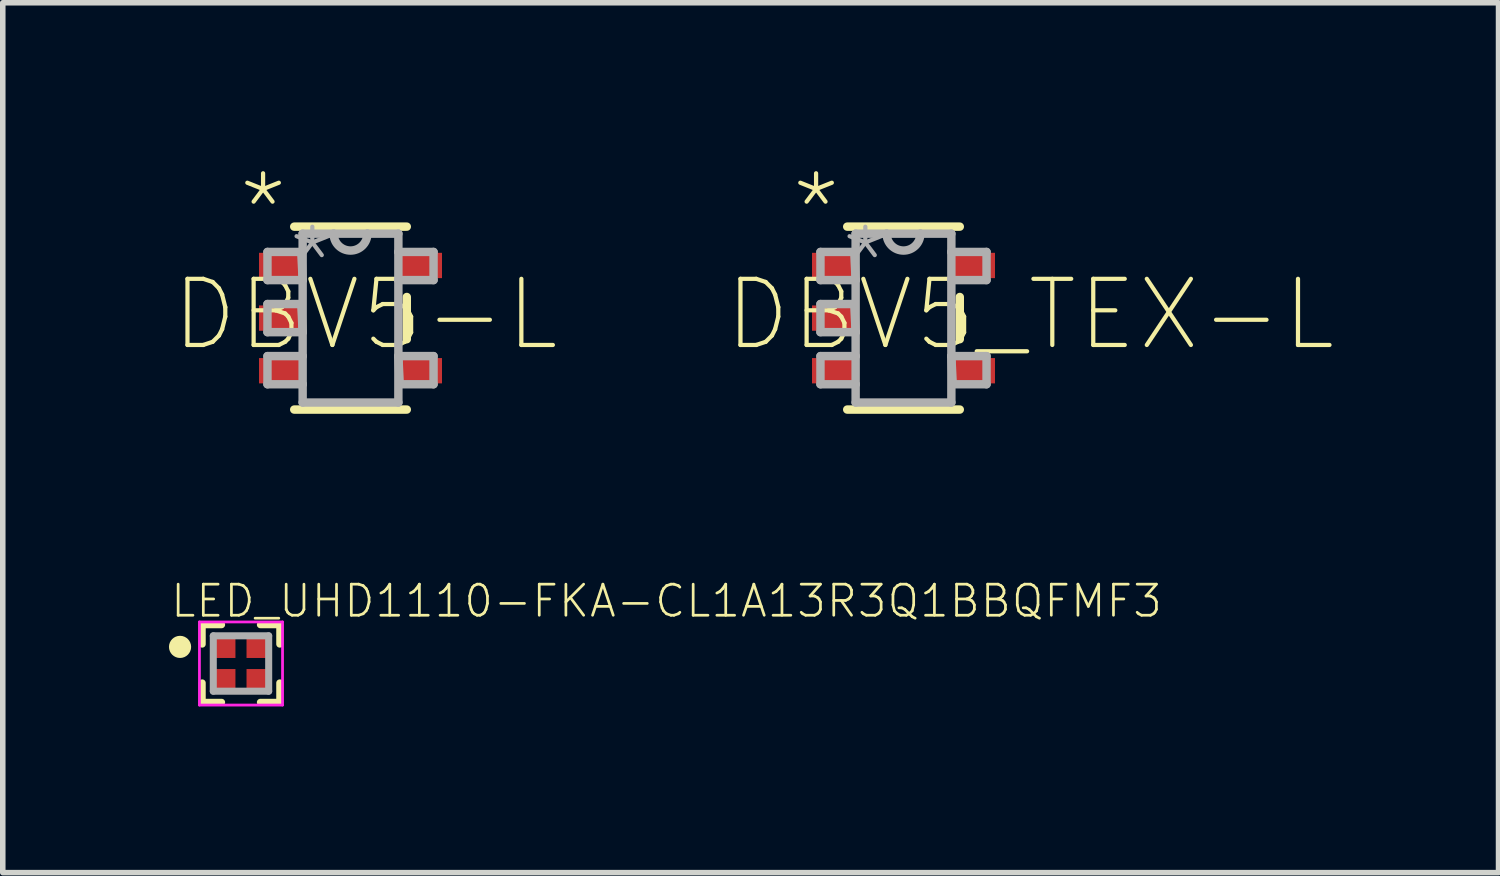
<source format=kicad_pcb>
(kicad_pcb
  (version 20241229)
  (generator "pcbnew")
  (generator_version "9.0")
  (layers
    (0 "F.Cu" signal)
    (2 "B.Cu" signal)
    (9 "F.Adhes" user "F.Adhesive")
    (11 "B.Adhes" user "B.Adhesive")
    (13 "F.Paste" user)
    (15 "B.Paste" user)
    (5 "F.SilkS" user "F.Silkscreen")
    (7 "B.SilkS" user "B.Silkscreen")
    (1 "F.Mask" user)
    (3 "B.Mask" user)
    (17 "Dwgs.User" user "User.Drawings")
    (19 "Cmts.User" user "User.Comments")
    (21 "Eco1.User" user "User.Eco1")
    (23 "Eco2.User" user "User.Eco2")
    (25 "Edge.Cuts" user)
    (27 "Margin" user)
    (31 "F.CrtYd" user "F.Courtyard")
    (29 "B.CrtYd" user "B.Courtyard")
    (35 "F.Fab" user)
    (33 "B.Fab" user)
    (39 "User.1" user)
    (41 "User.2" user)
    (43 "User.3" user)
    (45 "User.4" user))
  (footprint "DBV5_TEX-L"
    (layer "F.Cu")
    (at 13.259 2.692)
    (property "Reference" "DBV5_TEX-L" (at -3.277 0.635 0) (layer "F.SilkS") (effects (font (size 1.194 1.194) (thickness 0.076)) (justify left bottom)))
    (fp_line (start -1.016 1.651) (end 1.016 1.651) (stroke (width 0.152) (type solid)) (layer "F.SilkS"))
    (fp_line (start 1.016 -1.651) (end -1.016 -1.651) (stroke (width 0.152) (type solid)) (layer "F.SilkS"))
    (fp_line (start 1.016 0.381) (end 1.016 -0.381) (stroke (width 0.152) (type solid)) (layer "F.SilkS"))
    (fp_line (start -1.499 -1.194) (end -1.499 -0.686) (stroke (width 0.152) (type solid)) (layer "F.Fab"))
    (fp_line (start -1.499 -0.686) (end -0.864 -0.686) (stroke (width 0.152) (type solid)) (layer "F.Fab"))
    (fp_line (start -1.499 -0.254) (end -1.499 0.254) (stroke (width 0.152) (type solid)) (layer "F.Fab"))
    (fp_line (start -1.499 0.254) (end -0.864 0.254) (stroke (width 0.152) (type solid)) (layer "F.Fab"))
    (fp_line (start -1.499 0.686) (end -1.499 1.194) (stroke (width 0.152) (type solid)) (layer "F.Fab"))
    (fp_line (start -1.499 1.194) (end -0.864 1.194) (stroke (width 0.152) (type solid)) (layer "F.Fab"))
    (fp_line (start -0.889 -1.194) (end -1.499 -1.194) (stroke (width 0.152) (type solid)) (layer "F.Fab"))
    (fp_line (start -0.889 -0.254) (end -1.499 -0.254) (stroke (width 0.152) (type solid)) (layer "F.Fab"))
    (fp_line (start -0.864 -1.524) (end -0.864 -0.686) (stroke (width 0.152) (type solid)) (layer "F.Fab"))
    (fp_line (start -0.864 -0.686) (end -0.889 -1.194) (stroke (width 0.152) (type solid)) (layer "F.Fab"))
    (fp_line (start -0.864 -0.686) (end -0.864 0.254) (stroke (width 0.152) (type solid)) (layer "F.Fab"))
    (fp_line (start -0.864 0.254) (end -0.889 -0.254) (stroke (width 0.152) (type solid)) (layer "F.Fab"))
    (fp_line (start -0.864 0.254) (end -0.864 0.686) (stroke (width 0.152) (type solid)) (layer "F.Fab"))
    (fp_line (start -0.864 0.686) (end -1.499 0.686) (stroke (width 0.152) (type solid)) (layer "F.Fab"))
    (fp_line (start -0.864 1.194) (end -0.864 0.686) (stroke (width 0.152) (type solid)) (layer "F.Fab"))
    (fp_line (start -0.864 1.524) (end -0.864 1.194) (stroke (width 0.152) (type solid)) (layer "F.Fab"))
    (fp_line (start -0.864 1.524) (end 0.864 1.524) (stroke (width 0.152) (type solid)) (layer "F.Fab"))
    (fp_line (start -0.305 -1.524) (end -0.864 -1.524) (stroke (width 0.152) (type solid)) (layer "F.Fab"))
    (fp_line (start 0.305 -1.524) (end -0.305 -1.524) (stroke (width 0.152) (type solid)) (layer "F.Fab"))
    (fp_line (start 0.864 -1.524) (end 0.305 -1.524) (stroke (width 0.152) (type solid)) (layer "F.Fab"))
    (fp_line (start 0.864 -1.524) (end 0.864 -1.194) (stroke (width 0.152) (type solid)) (layer "F.Fab"))
    (fp_line (start 0.864 -1.194) (end 0.864 -0.686) (stroke (width 0.152) (type solid)) (layer "F.Fab"))
    (fp_line (start 0.864 -0.686) (end 1.499 -0.686) (stroke (width 0.152) (type solid)) (layer "F.Fab"))
    (fp_line (start 0.864 0.686) (end 0.864 -0.686) (stroke (width 0.152) (type solid)) (layer "F.Fab"))
    (fp_line (start 0.864 0.686) (end 0.889 1.194) (stroke (width 0.152) (type solid)) (layer "F.Fab"))
    (fp_line (start 0.864 1.524) (end 0.864 0.686) (stroke (width 0.152) (type solid)) (layer "F.Fab"))
    (fp_line (start 0.889 1.194) (end 1.499 1.194) (stroke (width 0.152) (type solid)) (layer "F.Fab"))
    (fp_line (start 1.499 -1.194) (end 0.864 -1.194) (stroke (width 0.152) (type solid)) (layer "F.Fab"))
    (fp_line (start 1.499 -0.686) (end 1.499 -1.194) (stroke (width 0.152) (type solid)) (layer "F.Fab"))
    (fp_line (start 1.499 0.686) (end 0.864 0.686) (stroke (width 0.152) (type solid)) (layer "F.Fab"))
    (fp_line (start 1.499 1.194) (end 1.499 0.686) (stroke (width 0.152) (type solid)) (layer "F.Fab"))
    (fp_arc (start 0.3048 -1.524) (mid 0 -1.2192) (end -0.3048 -1.524) (stroke (width 0.1524) (type solid)) (layer "F.Fab"))
    (fp_text user "*" (at -2.083 -1.27 0) (layer "F.SilkS") (effects (font (size 1.194 1.194) (thickness 0.076)) (justify left bottom)))
    (fp_text user "*" (at -1.194 -0.305 0) (layer "F.Fab") (effects (font (size 1.194 1.194) (thickness 0.076)) (justify left bottom)))
    (pad "1" smd rect (at -1.264 -0.95) (size 0.775 0.457) (layers "F.Cu" "F.Mask" "F.Paste"))
    (pad "2" smd rect (at -1.264 0) (size 0.775 0.457) (layers "F.Cu" "F.Mask" "F.Paste"))
    (pad "3" smd rect (at -1.264 0.95) (size 0.775 0.457) (layers "F.Cu" "F.Mask" "F.Paste"))
    (pad "4" smd rect (at 1.264 0.95) (size 0.775 0.457) (layers "F.Cu" "F.Mask" "F.Paste"))
    (pad "5" smd rect (at 1.264 -0.95) (size 0.775 0.457) (layers "F.Cu" "F.Mask" "F.Paste")))
  (footprint "DBV5-L"
    (layer "F.Cu")
    (at 3.277 2.692)
    (property "Reference" "DBV5-L" (at -3.277 0.635 0) (layer "F.SilkS") (effects (font (size 1.194 1.194) (thickness 0.076)) (justify left bottom)))
    (fp_line (start -1.016 1.651) (end 1.016 1.651) (stroke (width 0.152) (type solid)) (layer "F.SilkS"))
    (fp_line (start 1.016 -1.651) (end -1.016 -1.651) (stroke (width 0.152) (type solid)) (layer "F.SilkS"))
    (fp_line (start 1.016 0.381) (end 1.016 -0.381) (stroke (width 0.152) (type solid)) (layer "F.SilkS"))
    (fp_line (start -1.499 -1.194) (end -1.499 -0.686) (stroke (width 0.152) (type solid)) (layer "F.Fab"))
    (fp_line (start -1.499 -0.686) (end -0.864 -0.686) (stroke (width 0.152) (type solid)) (layer "F.Fab"))
    (fp_line (start -1.499 -0.254) (end -1.499 0.254) (stroke (width 0.152) (type solid)) (layer "F.Fab"))
    (fp_line (start -1.499 0.254) (end -0.864 0.254) (stroke (width 0.152) (type solid)) (layer "F.Fab"))
    (fp_line (start -1.499 0.686) (end -1.499 1.194) (stroke (width 0.152) (type solid)) (layer "F.Fab"))
    (fp_line (start -1.499 1.194) (end -0.864 1.194) (stroke (width 0.152) (type solid)) (layer "F.Fab"))
    (fp_line (start -0.889 -1.194) (end -1.499 -1.194) (stroke (width 0.152) (type solid)) (layer "F.Fab"))
    (fp_line (start -0.889 -0.254) (end -1.499 -0.254) (stroke (width 0.152) (type solid)) (layer "F.Fab"))
    (fp_line (start -0.864 -1.524) (end -0.864 -0.686) (stroke (width 0.152) (type solid)) (layer "F.Fab"))
    (fp_line (start -0.864 -0.686) (end -0.889 -1.194) (stroke (width 0.152) (type solid)) (layer "F.Fab"))
    (fp_line (start -0.864 -0.686) (end -0.864 0.254) (stroke (width 0.152) (type solid)) (layer "F.Fab"))
    (fp_line (start -0.864 0.254) (end -0.889 -0.254) (stroke (width 0.152) (type solid)) (layer "F.Fab"))
    (fp_line (start -0.864 0.254) (end -0.864 0.686) (stroke (width 0.152) (type solid)) (layer "F.Fab"))
    (fp_line (start -0.864 0.686) (end -1.499 0.686) (stroke (width 0.152) (type solid)) (layer "F.Fab"))
    (fp_line (start -0.864 1.194) (end -0.864 0.686) (stroke (width 0.152) (type solid)) (layer "F.Fab"))
    (fp_line (start -0.864 1.524) (end -0.864 1.194) (stroke (width 0.152) (type solid)) (layer "F.Fab"))
    (fp_line (start -0.864 1.524) (end 0.864 1.524) (stroke (width 0.152) (type solid)) (layer "F.Fab"))
    (fp_line (start -0.305 -1.524) (end -0.864 -1.524) (stroke (width 0.152) (type solid)) (layer "F.Fab"))
    (fp_line (start 0.305 -1.524) (end -0.305 -1.524) (stroke (width 0.152) (type solid)) (layer "F.Fab"))
    (fp_line (start 0.864 -1.524) (end 0.305 -1.524) (stroke (width 0.152) (type solid)) (layer "F.Fab"))
    (fp_line (start 0.864 -1.524) (end 0.864 -1.194) (stroke (width 0.152) (type solid)) (layer "F.Fab"))
    (fp_line (start 0.864 -1.194) (end 0.864 -0.686) (stroke (width 0.152) (type solid)) (layer "F.Fab"))
    (fp_line (start 0.864 -0.686) (end 1.499 -0.686) (stroke (width 0.152) (type solid)) (layer "F.Fab"))
    (fp_line (start 0.864 0.686) (end 0.864 -0.686) (stroke (width 0.152) (type solid)) (layer "F.Fab"))
    (fp_line (start 0.864 0.686) (end 0.889 1.194) (stroke (width 0.152) (type solid)) (layer "F.Fab"))
    (fp_line (start 0.864 1.524) (end 0.864 0.686) (stroke (width 0.152) (type solid)) (layer "F.Fab"))
    (fp_line (start 0.889 1.194) (end 1.499 1.194) (stroke (width 0.152) (type solid)) (layer "F.Fab"))
    (fp_line (start 1.499 -1.194) (end 0.864 -1.194) (stroke (width 0.152) (type solid)) (layer "F.Fab"))
    (fp_line (start 1.499 -0.686) (end 1.499 -1.194) (stroke (width 0.152) (type solid)) (layer "F.Fab"))
    (fp_line (start 1.499 0.686) (end 0.864 0.686) (stroke (width 0.152) (type solid)) (layer "F.Fab"))
    (fp_line (start 1.499 1.194) (end 1.499 0.686) (stroke (width 0.152) (type solid)) (layer "F.Fab"))
    (fp_arc (start 0.3048 -1.524) (mid 0 -1.2192) (end -0.3048 -1.524) (stroke (width 0.1524) (type solid)) (layer "F.Fab"))
    (fp_text user "*" (at -2.083 -1.27 0) (layer "F.SilkS") (effects (font (size 1.194 1.194) (thickness 0.076)) (justify left bottom)))
    (fp_text user "*" (at -1.194 -0.305 0) (layer "F.Fab") (effects (font (size 1.194 1.194) (thickness 0.076)) (justify left bottom)))
    (pad "1" smd rect (at -1.264 -0.95) (size 0.775 0.457) (layers "F.Cu" "F.Mask" "F.Paste"))
    (pad "2" smd rect (at -1.264 0) (size 0.775 0.457) (layers "F.Cu" "F.Mask" "F.Paste"))
    (pad "3" smd rect (at -1.264 0.95) (size 0.775 0.457) (layers "F.Cu" "F.Mask" "F.Paste"))
    (pad "4" smd rect (at 1.264 0.95) (size 0.775 0.457) (layers "F.Cu" "F.Mask" "F.Paste"))
    (pad "5" smd rect (at 1.264 -0.95) (size 0.775 0.457) (layers "F.Cu" "F.Mask" "F.Paste")))
  (footprint "LED_UHD1110-FKA-CL1A13R3Q1BBQFMF3"
    (layer "F.Cu")
    (at 1.3 8.927)
    (property "Reference" "LED_UHD1110-FKA-CL1A13R3Q1BBQFMF3" (at -1.3 -0.8 0) (layer "F.SilkS") (effects (font (size 0.561 0.561) (thickness 0.049)) (justify left bottom)))
    (fp_line (start -0.7 -0.7) (end -0.7 -0.35) (stroke (width 0.127) (type solid)) (layer "F.SilkS"))
    (fp_line (start -0.7 0.35) (end -0.7 0.7) (stroke (width 0.127) (type solid)) (layer "F.SilkS"))
    (fp_line (start -0.7 0.7) (end -0.35 0.7) (stroke (width 0.127) (type solid)) (layer "F.SilkS"))
    (fp_line (start -0.35 -0.7) (end -0.7 -0.7) (stroke (width 0.127) (type solid)) (layer "F.SilkS"))
    (fp_line (start 0.35 -0.7) (end 0.7 -0.7) (stroke (width 0.127) (type solid)) (layer "F.SilkS"))
    (fp_line (start 0.35 0.7) (end 0.7 0.7) (stroke (width 0.127) (type solid)) (layer "F.SilkS"))
    (fp_line (start 0.7 -0.7) (end 0.7 -0.35) (stroke (width 0.127) (type solid)) (layer "F.SilkS"))
    (fp_line (start 0.7 0.7) (end 0.7 0.35) (stroke (width 0.127) (type solid)) (layer "F.SilkS"))
    (fp_circle (center -1.1 -0.3) (end -1 -0.3) (stroke (width 0.2) (type solid)) (fill no) (layer "F.SilkS"))
    (fp_line (start -0.75 -0.75) (end 0.75 -0.75) (stroke (width 0.05) (type solid)) (layer "F.CrtYd"))
    (fp_line (start -0.75 0.75) (end -0.75 -0.75) (stroke (width 0.05) (type solid)) (layer "F.CrtYd"))
    (fp_line (start 0.75 -0.75) (end 0.75 0.75) (stroke (width 0.05) (type solid)) (layer "F.CrtYd"))
    (fp_line (start 0.75 0.75) (end -0.75 0.75) (stroke (width 0.05) (type solid)) (layer "F.CrtYd"))
    (fp_line (start -0.5 -0.5) (end 0.5 -0.5) (stroke (width 0.127) (type solid)) (layer "F.Fab"))
    (fp_line (start -0.5 0.5) (end -0.5 -0.5) (stroke (width 0.127) (type solid)) (layer "F.Fab"))
    (fp_line (start 0.5 -0.5) (end 0.5 0.5) (stroke (width 0.127) (type solid)) (layer "F.Fab"))
    (fp_line (start 0.5 0.5) (end -0.5 0.5) (stroke (width 0.127) (type solid)) (layer "F.Fab"))
    (pad "1" smd rect (at -0.3 -0.3) (size 0.4 0.4) (layers "F.Cu" "F.Mask" "F.Paste"))
    (pad "2" smd rect (at -0.3 0.3) (size 0.4 0.4) (layers "F.Cu" "F.Mask" "F.Paste"))
    (pad "3" smd rect (at 0.3 0.3) (size 0.4 0.4) (layers "F.Cu" "F.Mask" "F.Paste"))
    (pad "4" smd rect (at 0.3 -0.3) (size 0.4 0.4) (layers "F.Cu" "F.Mask" "F.Paste")))
  (gr_rect
    (start -3 -3)
    (end 24 12.702)
    (stroke (width 0.1) (type default))
    (fill no)
    (layer "Edge.Cuts")))
</source>
